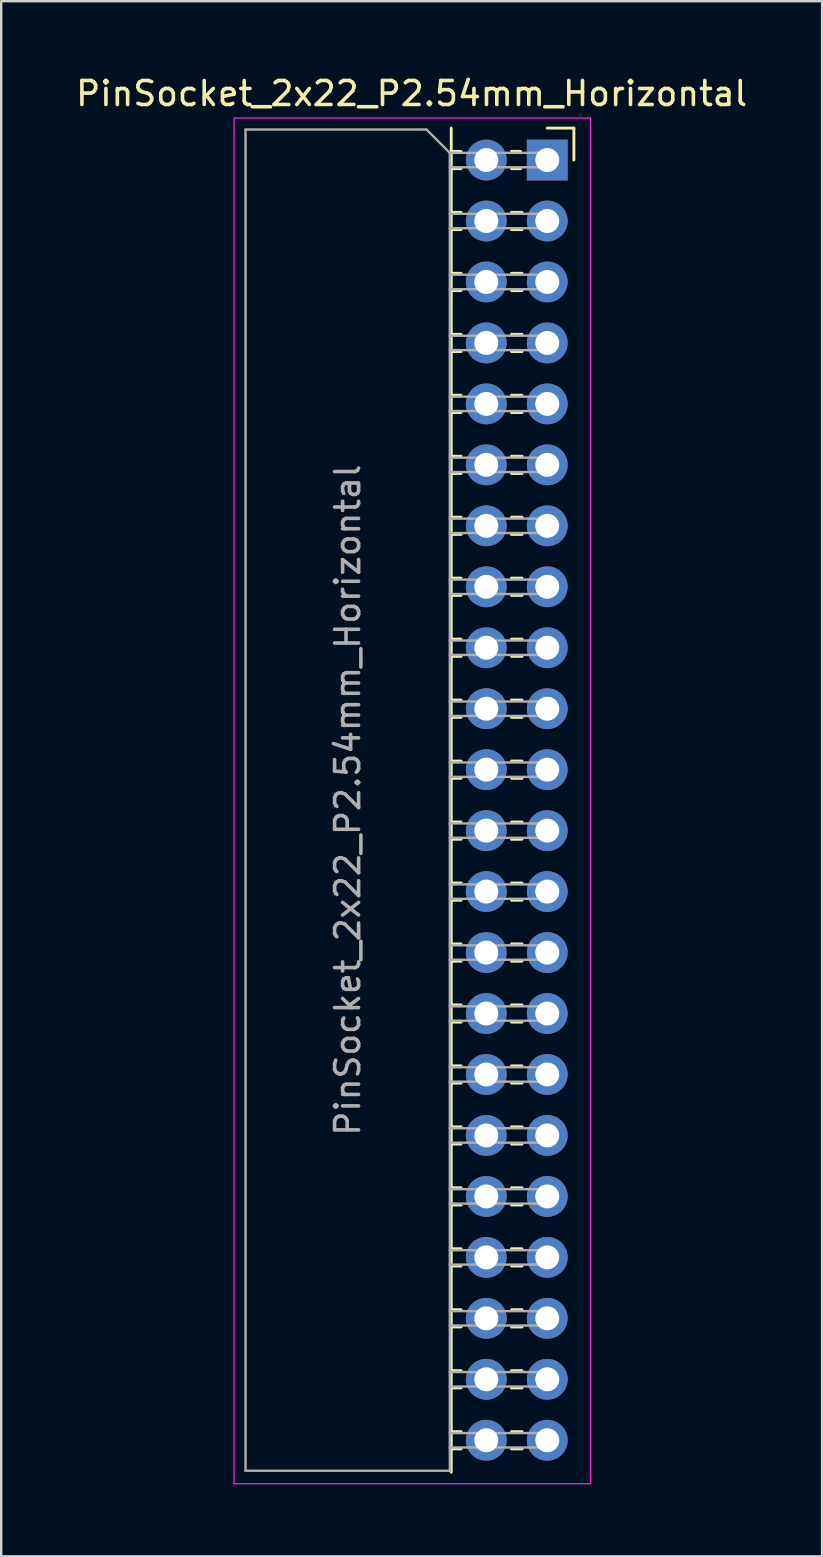
<source format=kicad_pcb>
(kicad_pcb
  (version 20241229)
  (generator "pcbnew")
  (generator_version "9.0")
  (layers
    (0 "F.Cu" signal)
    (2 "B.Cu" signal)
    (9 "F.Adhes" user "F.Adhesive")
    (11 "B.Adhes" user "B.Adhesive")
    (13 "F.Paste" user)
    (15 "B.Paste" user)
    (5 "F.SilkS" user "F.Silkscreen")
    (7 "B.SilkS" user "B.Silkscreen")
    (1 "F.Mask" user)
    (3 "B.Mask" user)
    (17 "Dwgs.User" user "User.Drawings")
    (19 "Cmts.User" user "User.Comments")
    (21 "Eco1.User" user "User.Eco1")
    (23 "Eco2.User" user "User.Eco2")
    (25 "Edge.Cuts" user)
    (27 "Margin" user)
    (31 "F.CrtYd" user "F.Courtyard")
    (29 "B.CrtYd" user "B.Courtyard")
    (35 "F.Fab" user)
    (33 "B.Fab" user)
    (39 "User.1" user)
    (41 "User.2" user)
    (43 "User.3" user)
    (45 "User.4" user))
  (footprint "PinSocket_2x22_P2.54mm_Horizontal"
    (layer "F.Cu")
    (at 19.751 3.618)
    (property "Reference" "PinSocket_2x22_P2.54mm_Horizontal" (at -5.65 -2.77 0) (layer "F.SilkS") (effects (font (size 1 1) (thickness 0.15))))
    (attr through_hole)
    (fp_line (start -4 -1.33) (end -4 54.67) (stroke (width 0.12) (type solid)) (layer "F.SilkS"))
    (fp_line (start -4 -0.36) (end -3.59 -0.36) (stroke (width 0.12) (type solid)) (layer "F.SilkS"))
    (fp_line (start -4 0.36) (end -3.59 0.36) (stroke (width 0.12) (type solid)) (layer "F.SilkS"))
    (fp_line (start -4 2.18) (end -3.59 2.18) (stroke (width 0.12) (type solid)) (layer "F.SilkS"))
    (fp_line (start -4 2.9) (end -3.59 2.9) (stroke (width 0.12) (type solid)) (layer "F.SilkS"))
    (fp_line (start -4 4.72) (end -3.59 4.72) (stroke (width 0.12) (type solid)) (layer "F.SilkS"))
    (fp_line (start -4 5.44) (end -3.59 5.44) (stroke (width 0.12) (type solid)) (layer "F.SilkS"))
    (fp_line (start -4 7.26) (end -3.59 7.26) (stroke (width 0.12) (type solid)) (layer "F.SilkS"))
    (fp_line (start -4 7.98) (end -3.59 7.98) (stroke (width 0.12) (type solid)) (layer "F.SilkS"))
    (fp_line (start -4 9.8) (end -3.59 9.8) (stroke (width 0.12) (type solid)) (layer "F.SilkS"))
    (fp_line (start -4 10.52) (end -3.59 10.52) (stroke (width 0.12) (type solid)) (layer "F.SilkS"))
    (fp_line (start -4 12.34) (end -3.59 12.34) (stroke (width 0.12) (type solid)) (layer "F.SilkS"))
    (fp_line (start -4 13.06) (end -3.59 13.06) (stroke (width 0.12) (type solid)) (layer "F.SilkS"))
    (fp_line (start -4 14.88) (end -3.59 14.88) (stroke (width 0.12) (type solid)) (layer "F.SilkS"))
    (fp_line (start -4 15.6) (end -3.59 15.6) (stroke (width 0.12) (type solid)) (layer "F.SilkS"))
    (fp_line (start -4 17.42) (end -3.59 17.42) (stroke (width 0.12) (type solid)) (layer "F.SilkS"))
    (fp_line (start -4 18.14) (end -3.59 18.14) (stroke (width 0.12) (type solid)) (layer "F.SilkS"))
    (fp_line (start -4 19.96) (end -3.59 19.96) (stroke (width 0.12) (type solid)) (layer "F.SilkS"))
    (fp_line (start -4 20.68) (end -3.59 20.68) (stroke (width 0.12) (type solid)) (layer "F.SilkS"))
    (fp_line (start -4 22.5) (end -3.59 22.5) (stroke (width 0.12) (type solid)) (layer "F.SilkS"))
    (fp_line (start -4 23.22) (end -3.59 23.22) (stroke (width 0.12) (type solid)) (layer "F.SilkS"))
    (fp_line (start -4 25.04) (end -3.59 25.04) (stroke (width 0.12) (type solid)) (layer "F.SilkS"))
    (fp_line (start -4 25.76) (end -3.59 25.76) (stroke (width 0.12) (type solid)) (layer "F.SilkS"))
    (fp_line (start -4 27.58) (end -3.59 27.58) (stroke (width 0.12) (type solid)) (layer "F.SilkS"))
    (fp_line (start -4 28.3) (end -3.59 28.3) (stroke (width 0.12) (type solid)) (layer "F.SilkS"))
    (fp_line (start -4 30.12) (end -3.59 30.12) (stroke (width 0.12) (type solid)) (layer "F.SilkS"))
    (fp_line (start -4 30.84) (end -3.59 30.84) (stroke (width 0.12) (type solid)) (layer "F.SilkS"))
    (fp_line (start -4 32.66) (end -3.59 32.66) (stroke (width 0.12) (type solid)) (layer "F.SilkS"))
    (fp_line (start -4 33.38) (end -3.59 33.38) (stroke (width 0.12) (type solid)) (layer "F.SilkS"))
    (fp_line (start -4 35.2) (end -3.59 35.2) (stroke (width 0.12) (type solid)) (layer "F.SilkS"))
    (fp_line (start -4 35.92) (end -3.59 35.92) (stroke (width 0.12) (type solid)) (layer "F.SilkS"))
    (fp_line (start -4 37.74) (end -3.59 37.74) (stroke (width 0.12) (type solid)) (layer "F.SilkS"))
    (fp_line (start -4 38.46) (end -3.59 38.46) (stroke (width 0.12) (type solid)) (layer "F.SilkS"))
    (fp_line (start -4 40.28) (end -3.59 40.28) (stroke (width 0.12) (type solid)) (layer "F.SilkS"))
    (fp_line (start -4 41) (end -3.59 41) (stroke (width 0.12) (type solid)) (layer "F.SilkS"))
    (fp_line (start -4 42.82) (end -3.59 42.82) (stroke (width 0.12) (type solid)) (layer "F.SilkS"))
    (fp_line (start -4 43.54) (end -3.59 43.54) (stroke (width 0.12) (type solid)) (layer "F.SilkS"))
    (fp_line (start -4 45.36) (end -3.59 45.36) (stroke (width 0.12) (type solid)) (layer "F.SilkS"))
    (fp_line (start -4 46.08) (end -3.59 46.08) (stroke (width 0.12) (type solid)) (layer "F.SilkS"))
    (fp_line (start -4 47.9) (end -3.59 47.9) (stroke (width 0.12) (type solid)) (layer "F.SilkS"))
    (fp_line (start -4 48.62) (end -3.59 48.62) (stroke (width 0.12) (type solid)) (layer "F.SilkS"))
    (fp_line (start -4 50.44) (end -3.59 50.44) (stroke (width 0.12) (type solid)) (layer "F.SilkS"))
    (fp_line (start -4 51.16) (end -3.59 51.16) (stroke (width 0.12) (type solid)) (layer "F.SilkS"))
    (fp_line (start -4 52.98) (end -3.59 52.98) (stroke (width 0.12) (type solid)) (layer "F.SilkS"))
    (fp_line (start -4 53.7) (end -3.59 53.7) (stroke (width 0.12) (type solid)) (layer "F.SilkS"))
    (fp_line (start -1.49 -0.36) (end -1.11 -0.36) (stroke (width 0.12) (type solid)) (layer "F.SilkS"))
    (fp_line (start -1.49 0.36) (end -1.11 0.36) (stroke (width 0.12) (type solid)) (layer "F.SilkS"))
    (fp_line (start -1.49 2.18) (end -1.05 2.18) (stroke (width 0.12) (type solid)) (layer "F.SilkS"))
    (fp_line (start -1.49 2.9) (end -1.05 2.9) (stroke (width 0.12) (type solid)) (layer "F.SilkS"))
    (fp_line (start -1.49 4.72) (end -1.05 4.72) (stroke (width 0.12) (type solid)) (layer "F.SilkS"))
    (fp_line (start -1.49 5.44) (end -1.05 5.44) (stroke (width 0.12) (type solid)) (layer "F.SilkS"))
    (fp_line (start -1.49 7.26) (end -1.05 7.26) (stroke (width 0.12) (type solid)) (layer "F.SilkS"))
    (fp_line (start -1.49 7.98) (end -1.05 7.98) (stroke (width 0.12) (type solid)) (layer "F.SilkS"))
    (fp_line (start -1.49 9.8) (end -1.05 9.8) (stroke (width 0.12) (type solid)) (layer "F.SilkS"))
    (fp_line (start -1.49 10.52) (end -1.05 10.52) (stroke (width 0.12) (type solid)) (layer "F.SilkS"))
    (fp_line (start -1.49 12.34) (end -1.05 12.34) (stroke (width 0.12) (type solid)) (layer "F.SilkS"))
    (fp_line (start -1.49 13.06) (end -1.05 13.06) (stroke (width 0.12) (type solid)) (layer "F.SilkS"))
    (fp_line (start -1.49 14.88) (end -1.05 14.88) (stroke (width 0.12) (type solid)) (layer "F.SilkS"))
    (fp_line (start -1.49 15.6) (end -1.05 15.6) (stroke (width 0.12) (type solid)) (layer "F.SilkS"))
    (fp_line (start -1.49 17.42) (end -1.05 17.42) (stroke (width 0.12) (type solid)) (layer "F.SilkS"))
    (fp_line (start -1.49 18.14) (end -1.05 18.14) (stroke (width 0.12) (type solid)) (layer "F.SilkS"))
    (fp_line (start -1.49 19.96) (end -1.05 19.96) (stroke (width 0.12) (type solid)) (layer "F.SilkS"))
    (fp_line (start -1.49 20.68) (end -1.05 20.68) (stroke (width 0.12) (type solid)) (layer "F.SilkS"))
    (fp_line (start -1.49 22.5) (end -1.05 22.5) (stroke (width 0.12) (type solid)) (layer "F.SilkS"))
    (fp_line (start -1.49 23.22) (end -1.05 23.22) (stroke (width 0.12) (type solid)) (layer "F.SilkS"))
    (fp_line (start -1.49 25.04) (end -1.05 25.04) (stroke (width 0.12) (type solid)) (layer "F.SilkS"))
    (fp_line (start -1.49 25.76) (end -1.05 25.76) (stroke (width 0.12) (type solid)) (layer "F.SilkS"))
    (fp_line (start -1.49 27.58) (end -1.05 27.58) (stroke (width 0.12) (type solid)) (layer "F.SilkS"))
    (fp_line (start -1.49 28.3) (end -1.05 28.3) (stroke (width 0.12) (type solid)) (layer "F.SilkS"))
    (fp_line (start -1.49 30.12) (end -1.05 30.12) (stroke (width 0.12) (type solid)) (layer "F.SilkS"))
    (fp_line (start -1.49 30.84) (end -1.05 30.84) (stroke (width 0.12) (type solid)) (layer "F.SilkS"))
    (fp_line (start -1.49 32.66) (end -1.05 32.66) (stroke (width 0.12) (type solid)) (layer "F.SilkS"))
    (fp_line (start -1.49 33.38) (end -1.05 33.38) (stroke (width 0.12) (type solid)) (layer "F.SilkS"))
    (fp_line (start -1.49 35.2) (end -1.05 35.2) (stroke (width 0.12) (type solid)) (layer "F.SilkS"))
    (fp_line (start -1.49 35.92) (end -1.05 35.92) (stroke (width 0.12) (type solid)) (layer "F.SilkS"))
    (fp_line (start -1.49 37.74) (end -1.05 37.74) (stroke (width 0.12) (type solid)) (layer "F.SilkS"))
    (fp_line (start -1.49 38.46) (end -1.05 38.46) (stroke (width 0.12) (type solid)) (layer "F.SilkS"))
    (fp_line (start -1.49 40.28) (end -1.05 40.28) (stroke (width 0.12) (type solid)) (layer "F.SilkS"))
    (fp_line (start -1.49 41) (end -1.05 41) (stroke (width 0.12) (type solid)) (layer "F.SilkS"))
    (fp_line (start -1.49 42.82) (end -1.05 42.82) (stroke (width 0.12) (type solid)) (layer "F.SilkS"))
    (fp_line (start -1.49 43.54) (end -1.05 43.54) (stroke (width 0.12) (type solid)) (layer "F.SilkS"))
    (fp_line (start -1.49 45.36) (end -1.05 45.36) (stroke (width 0.12) (type solid)) (layer "F.SilkS"))
    (fp_line (start -1.49 46.08) (end -1.05 46.08) (stroke (width 0.12) (type solid)) (layer "F.SilkS"))
    (fp_line (start -1.49 47.9) (end -1.05 47.9) (stroke (width 0.12) (type solid)) (layer "F.SilkS"))
    (fp_line (start -1.49 48.62) (end -1.05 48.62) (stroke (width 0.12) (type solid)) (layer "F.SilkS"))
    (fp_line (start -1.49 50.44) (end -1.05 50.44) (stroke (width 0.12) (type solid)) (layer "F.SilkS"))
    (fp_line (start -1.49 51.16) (end -1.05 51.16) (stroke (width 0.12) (type solid)) (layer "F.SilkS"))
    (fp_line (start -1.49 52.98) (end -1.05 52.98) (stroke (width 0.12) (type solid)) (layer "F.SilkS"))
    (fp_line (start -1.49 53.7) (end -1.05 53.7) (stroke (width 0.12) (type solid)) (layer "F.SilkS"))
    (fp_line (start 0 -1.33) (end 1.11 -1.33) (stroke (width 0.12) (type solid)) (layer "F.SilkS"))
    (fp_line (start 1.11 -1.33) (end 1.11 0) (stroke (width 0.12) (type solid)) (layer "F.SilkS"))
    (fp_line (start -13.05 -1.75) (end -13.05 55.15) (stroke (width 0.05) (type solid)) (layer "F.CrtYd"))
    (fp_line (start -13.05 55.15) (end 1.8 55.15) (stroke (width 0.05) (type solid)) (layer "F.CrtYd"))
    (fp_line (start 1.8 -1.75) (end -13.05 -1.75) (stroke (width 0.05) (type solid)) (layer "F.CrtYd"))
    (fp_line (start 1.8 55.15) (end 1.8 -1.75) (stroke (width 0.05) (type solid)) (layer "F.CrtYd"))
    (fp_line (start -12.57 54.61) (end -12.57 -1.27) (stroke (width 0.1) (type solid)) (layer "F.Fab"))
    (fp_line (start -5.03 -1.27) (end -12.57 -1.27) (stroke (width 0.1) (type solid)) (layer "F.Fab"))
    (fp_line (start -5.03 -1.27) (end -4.06 -0.3) (stroke (width 0.1) (type solid)) (layer "F.Fab"))
    (fp_line (start -4.06 -0.3) (end -4.06 54.61) (stroke (width 0.1) (type solid)) (layer "F.Fab"))
    (fp_line (start -4.06 0.3) (end 0 0.3) (stroke (width 0.1) (type solid)) (layer "F.Fab"))
    (fp_line (start -4.06 2.84) (end 0 2.84) (stroke (width 0.1) (type solid)) (layer "F.Fab"))
    (fp_line (start -4.06 5.38) (end 0 5.38) (stroke (width 0.1) (type solid)) (layer "F.Fab"))
    (fp_line (start -4.06 7.92) (end 0 7.92) (stroke (width 0.1) (type solid)) (layer "F.Fab"))
    (fp_line (start -4.06 10.46) (end 0 10.46) (stroke (width 0.1) (type solid)) (layer "F.Fab"))
    (fp_line (start -4.06 13) (end 0 13) (stroke (width 0.1) (type solid)) (layer "F.Fab"))
    (fp_line (start -4.06 15.54) (end 0 15.54) (stroke (width 0.1) (type solid)) (layer "F.Fab"))
    (fp_line (start -4.06 18.08) (end 0 18.08) (stroke (width 0.1) (type solid)) (layer "F.Fab"))
    (fp_line (start -4.06 20.62) (end 0 20.62) (stroke (width 0.1) (type solid)) (layer "F.Fab"))
    (fp_line (start -4.06 23.16) (end 0 23.16) (stroke (width 0.1) (type solid)) (layer "F.Fab"))
    (fp_line (start -4.06 25.7) (end 0 25.7) (stroke (width 0.1) (type solid)) (layer "F.Fab"))
    (fp_line (start -4.06 28.24) (end 0 28.24) (stroke (width 0.1) (type solid)) (layer "F.Fab"))
    (fp_line (start -4.06 30.78) (end 0 30.78) (stroke (width 0.1) (type solid)) (layer "F.Fab"))
    (fp_line (start -4.06 33.32) (end 0 33.32) (stroke (width 0.1) (type solid)) (layer "F.Fab"))
    (fp_line (start -4.06 35.86) (end 0 35.86) (stroke (width 0.1) (type solid)) (layer "F.Fab"))
    (fp_line (start -4.06 38.4) (end 0 38.4) (stroke (width 0.1) (type solid)) (layer "F.Fab"))
    (fp_line (start -4.06 40.94) (end 0 40.94) (stroke (width 0.1) (type solid)) (layer "F.Fab"))
    (fp_line (start -4.06 43.48) (end 0 43.48) (stroke (width 0.1) (type solid)) (layer "F.Fab"))
    (fp_line (start -4.06 46.02) (end 0 46.02) (stroke (width 0.1) (type solid)) (layer "F.Fab"))
    (fp_line (start -4.06 48.56) (end 0 48.56) (stroke (width 0.1) (type solid)) (layer "F.Fab"))
    (fp_line (start -4.06 51.1) (end 0 51.1) (stroke (width 0.1) (type solid)) (layer "F.Fab"))
    (fp_line (start -4.06 53.64) (end 0 53.64) (stroke (width 0.1) (type solid)) (layer "F.Fab"))
    (fp_line (start -4.06 54.61) (end -12.57 54.61) (stroke (width 0.1) (type solid)) (layer "F.Fab"))
    (fp_line (start 0 -0.3) (end -4.06 -0.3) (stroke (width 0.1) (type solid)) (layer "F.Fab"))
    (fp_line (start 0 0.3) (end 0 -0.3) (stroke (width 0.1) (type solid)) (layer "F.Fab"))
    (fp_line (start 0 2.24) (end -4.06 2.24) (stroke (width 0.1) (type solid)) (layer "F.Fab"))
    (fp_line (start 0 2.84) (end 0 2.24) (stroke (width 0.1) (type solid)) (layer "F.Fab"))
    (fp_line (start 0 4.78) (end -4.06 4.78) (stroke (width 0.1) (type solid)) (layer "F.Fab"))
    (fp_line (start 0 5.38) (end 0 4.78) (stroke (width 0.1) (type solid)) (layer "F.Fab"))
    (fp_line (start 0 7.32) (end -4.06 7.32) (stroke (width 0.1) (type solid)) (layer "F.Fab"))
    (fp_line (start 0 7.92) (end 0 7.32) (stroke (width 0.1) (type solid)) (layer "F.Fab"))
    (fp_line (start 0 9.86) (end -4.06 9.86) (stroke (width 0.1) (type solid)) (layer "F.Fab"))
    (fp_line (start 0 10.46) (end 0 9.86) (stroke (width 0.1) (type solid)) (layer "F.Fab"))
    (fp_line (start 0 12.4) (end -4.06 12.4) (stroke (width 0.1) (type solid)) (layer "F.Fab"))
    (fp_line (start 0 13) (end 0 12.4) (stroke (width 0.1) (type solid)) (layer "F.Fab"))
    (fp_line (start 0 14.94) (end -4.06 14.94) (stroke (width 0.1) (type solid)) (layer "F.Fab"))
    (fp_line (start 0 15.54) (end 0 14.94) (stroke (width 0.1) (type solid)) (layer "F.Fab"))
    (fp_line (start 0 17.48) (end -4.06 17.48) (stroke (width 0.1) (type solid)) (layer "F.Fab"))
    (fp_line (start 0 18.08) (end 0 17.48) (stroke (width 0.1) (type solid)) (layer "F.Fab"))
    (fp_line (start 0 20.02) (end -4.06 20.02) (stroke (width 0.1) (type solid)) (layer "F.Fab"))
    (fp_line (start 0 20.62) (end 0 20.02) (stroke (width 0.1) (type solid)) (layer "F.Fab"))
    (fp_line (start 0 22.56) (end -4.06 22.56) (stroke (width 0.1) (type solid)) (layer "F.Fab"))
    (fp_line (start 0 23.16) (end 0 22.56) (stroke (width 0.1) (type solid)) (layer "F.Fab"))
    (fp_line (start 0 25.1) (end -4.06 25.1) (stroke (width 0.1) (type solid)) (layer "F.Fab"))
    (fp_line (start 0 25.7) (end 0 25.1) (stroke (width 0.1) (type solid)) (layer "F.Fab"))
    (fp_line (start 0 27.64) (end -4.06 27.64) (stroke (width 0.1) (type solid)) (layer "F.Fab"))
    (fp_line (start 0 28.24) (end 0 27.64) (stroke (width 0.1) (type solid)) (layer "F.Fab"))
    (fp_line (start 0 30.18) (end -4.06 30.18) (stroke (width 0.1) (type solid)) (layer "F.Fab"))
    (fp_line (start 0 30.78) (end 0 30.18) (stroke (width 0.1) (type solid)) (layer "F.Fab"))
    (fp_line (start 0 32.72) (end -4.06 32.72) (stroke (width 0.1) (type solid)) (layer "F.Fab"))
    (fp_line (start 0 33.32) (end 0 32.72) (stroke (width 0.1) (type solid)) (layer "F.Fab"))
    (fp_line (start 0 35.26) (end -4.06 35.26) (stroke (width 0.1) (type solid)) (layer "F.Fab"))
    (fp_line (start 0 35.86) (end 0 35.26) (stroke (width 0.1) (type solid)) (layer "F.Fab"))
    (fp_line (start 0 37.8) (end -4.06 37.8) (stroke (width 0.1) (type solid)) (layer "F.Fab"))
    (fp_line (start 0 38.4) (end 0 37.8) (stroke (width 0.1) (type solid)) (layer "F.Fab"))
    (fp_line (start 0 40.34) (end -4.06 40.34) (stroke (width 0.1) (type solid)) (layer "F.Fab"))
    (fp_line (start 0 40.94) (end 0 40.34) (stroke (width 0.1) (type solid)) (layer "F.Fab"))
    (fp_line (start 0 42.88) (end -4.06 42.88) (stroke (width 0.1) (type solid)) (layer "F.Fab"))
    (fp_line (start 0 43.48) (end 0 42.88) (stroke (width 0.1) (type solid)) (layer "F.Fab"))
    (fp_line (start 0 45.42) (end -4.06 45.42) (stroke (width 0.1) (type solid)) (layer "F.Fab"))
    (fp_line (start 0 46.02) (end 0 45.42) (stroke (width 0.1) (type solid)) (layer "F.Fab"))
    (fp_line (start 0 47.96) (end -4.06 47.96) (stroke (width 0.1) (type solid)) (layer "F.Fab"))
    (fp_line (start 0 48.56) (end 0 47.96) (stroke (width 0.1) (type solid)) (layer "F.Fab"))
    (fp_line (start 0 50.5) (end -4.06 50.5) (stroke (width 0.1) (type solid)) (layer "F.Fab"))
    (fp_line (start 0 51.1) (end 0 50.5) (stroke (width 0.1) (type solid)) (layer "F.Fab"))
    (fp_line (start 0 53.04) (end -4.06 53.04) (stroke (width 0.1) (type solid)) (layer "F.Fab"))
    (fp_line (start 0 53.64) (end 0 53.04) (stroke (width 0.1) (type solid)) (layer "F.Fab"))
    (fp_text user "${REFERENCE}" (at -8.315 26.67 90) (layer "F.Fab") (effects (font (size 1 1) (thickness 0.15))))
    (pad "1" thru_hole rect (at 0 0) (size 1.7 1.7) (drill 1) (layers "*.Cu" "*.Mask"))
    (pad "2" thru_hole oval (at -2.54 0) (size 1.7 1.7) (drill 1) (layers "*.Cu" "*.Mask"))
    (pad "3" thru_hole oval (at 0 2.54) (size 1.7 1.7) (drill 1) (layers "*.Cu" "*.Mask"))
    (pad "4" thru_hole oval (at -2.54 2.54) (size 1.7 1.7) (drill 1) (layers "*.Cu" "*.Mask"))
    (pad "5" thru_hole oval (at 0 5.08) (size 1.7 1.7) (drill 1) (layers "*.Cu" "*.Mask"))
    (pad "6" thru_hole oval (at -2.54 5.08) (size 1.7 1.7) (drill 1) (layers "*.Cu" "*.Mask"))
    (pad "7" thru_hole oval (at 0 7.62) (size 1.7 1.7) (drill 1) (layers "*.Cu" "*.Mask"))
    (pad "8" thru_hole oval (at -2.54 7.62) (size 1.7 1.7) (drill 1) (layers "*.Cu" "*.Mask"))
    (pad "9" thru_hole oval (at 0 10.16) (size 1.7 1.7) (drill 1) (layers "*.Cu" "*.Mask"))
    (pad "10" thru_hole oval (at -2.54 10.16) (size 1.7 1.7) (drill 1) (layers "*.Cu" "*.Mask"))
    (pad "11" thru_hole oval (at 0 12.7) (size 1.7 1.7) (drill 1) (layers "*.Cu" "*.Mask"))
    (pad "12" thru_hole oval (at -2.54 12.7) (size 1.7 1.7) (drill 1) (layers "*.Cu" "*.Mask"))
    (pad "13" thru_hole oval (at 0 15.24) (size 1.7 1.7) (drill 1) (layers "*.Cu" "*.Mask"))
    (pad "14" thru_hole oval (at -2.54 15.24) (size 1.7 1.7) (drill 1) (layers "*.Cu" "*.Mask"))
    (pad "15" thru_hole oval (at 0 17.78) (size 1.7 1.7) (drill 1) (layers "*.Cu" "*.Mask"))
    (pad "16" thru_hole oval (at -2.54 17.78) (size 1.7 1.7) (drill 1) (layers "*.Cu" "*.Mask"))
    (pad "17" thru_hole oval (at 0 20.32) (size 1.7 1.7) (drill 1) (layers "*.Cu" "*.Mask"))
    (pad "18" thru_hole oval (at -2.54 20.32) (size 1.7 1.7) (drill 1) (layers "*.Cu" "*.Mask"))
    (pad "19" thru_hole oval (at 0 22.86) (size 1.7 1.7) (drill 1) (layers "*.Cu" "*.Mask"))
    (pad "20" thru_hole oval (at -2.54 22.86) (size 1.7 1.7) (drill 1) (layers "*.Cu" "*.Mask"))
    (pad "21" thru_hole oval (at 0 25.4) (size 1.7 1.7) (drill 1) (layers "*.Cu" "*.Mask"))
    (pad "22" thru_hole oval (at -2.54 25.4) (size 1.7 1.7) (drill 1) (layers "*.Cu" "*.Mask"))
    (pad "23" thru_hole oval (at 0 27.94) (size 1.7 1.7) (drill 1) (layers "*.Cu" "*.Mask"))
    (pad "24" thru_hole oval (at -2.54 27.94) (size 1.7 1.7) (drill 1) (layers "*.Cu" "*.Mask"))
    (pad "25" thru_hole oval (at 0 30.48) (size 1.7 1.7) (drill 1) (layers "*.Cu" "*.Mask"))
    (pad "26" thru_hole oval (at -2.54 30.48) (size 1.7 1.7) (drill 1) (layers "*.Cu" "*.Mask"))
    (pad "27" thru_hole oval (at 0 33.02) (size 1.7 1.7) (drill 1) (layers "*.Cu" "*.Mask"))
    (pad "28" thru_hole oval (at -2.54 33.02) (size 1.7 1.7) (drill 1) (layers "*.Cu" "*.Mask"))
    (pad "29" thru_hole oval (at 0 35.56) (size 1.7 1.7) (drill 1) (layers "*.Cu" "*.Mask"))
    (pad "30" thru_hole oval (at -2.54 35.56) (size 1.7 1.7) (drill 1) (layers "*.Cu" "*.Mask"))
    (pad "31" thru_hole oval (at 0 38.1) (size 1.7 1.7) (drill 1) (layers "*.Cu" "*.Mask"))
    (pad "32" thru_hole oval (at -2.54 38.1) (size 1.7 1.7) (drill 1) (layers "*.Cu" "*.Mask"))
    (pad "33" thru_hole oval (at 0 40.64) (size 1.7 1.7) (drill 1) (layers "*.Cu" "*.Mask"))
    (pad "34" thru_hole oval (at -2.54 40.64) (size 1.7 1.7) (drill 1) (layers "*.Cu" "*.Mask"))
    (pad "35" thru_hole oval (at 0 43.18) (size 1.7 1.7) (drill 1) (layers "*.Cu" "*.Mask"))
    (pad "36" thru_hole oval (at -2.54 43.18) (size 1.7 1.7) (drill 1) (layers "*.Cu" "*.Mask"))
    (pad "37" thru_hole oval (at 0 45.72) (size 1.7 1.7) (drill 1) (layers "*.Cu" "*.Mask"))
    (pad "38" thru_hole oval (at -2.54 45.72) (size 1.7 1.7) (drill 1) (layers "*.Cu" "*.Mask"))
    (pad "39" thru_hole oval (at 0 48.26) (size 1.7 1.7) (drill 1) (layers "*.Cu" "*.Mask"))
    (pad "40" thru_hole oval (at -2.54 48.26) (size 1.7 1.7) (drill 1) (layers "*.Cu" "*.Mask"))
    (pad "41" thru_hole oval (at 0 50.8) (size 1.7 1.7) (drill 1) (layers "*.Cu" "*.Mask"))
    (pad "42" thru_hole oval (at -2.54 50.8) (size 1.7 1.7) (drill 1) (layers "*.Cu" "*.Mask"))
    (pad "43" thru_hole oval (at 0 53.34) (size 1.7 1.7) (drill 1) (layers "*.Cu" "*.Mask"))
    (pad "44" thru_hole oval (at -2.54 53.34) (size 1.7 1.7) (drill 1) (layers "*.Cu" "*.Mask")))
  (gr_rect
    (start -3 -3)
    (end 31.202 61.793)
    (stroke (width 0.1) (type default))
    (fill no)
    (layer "Edge.Cuts")))
</source>
